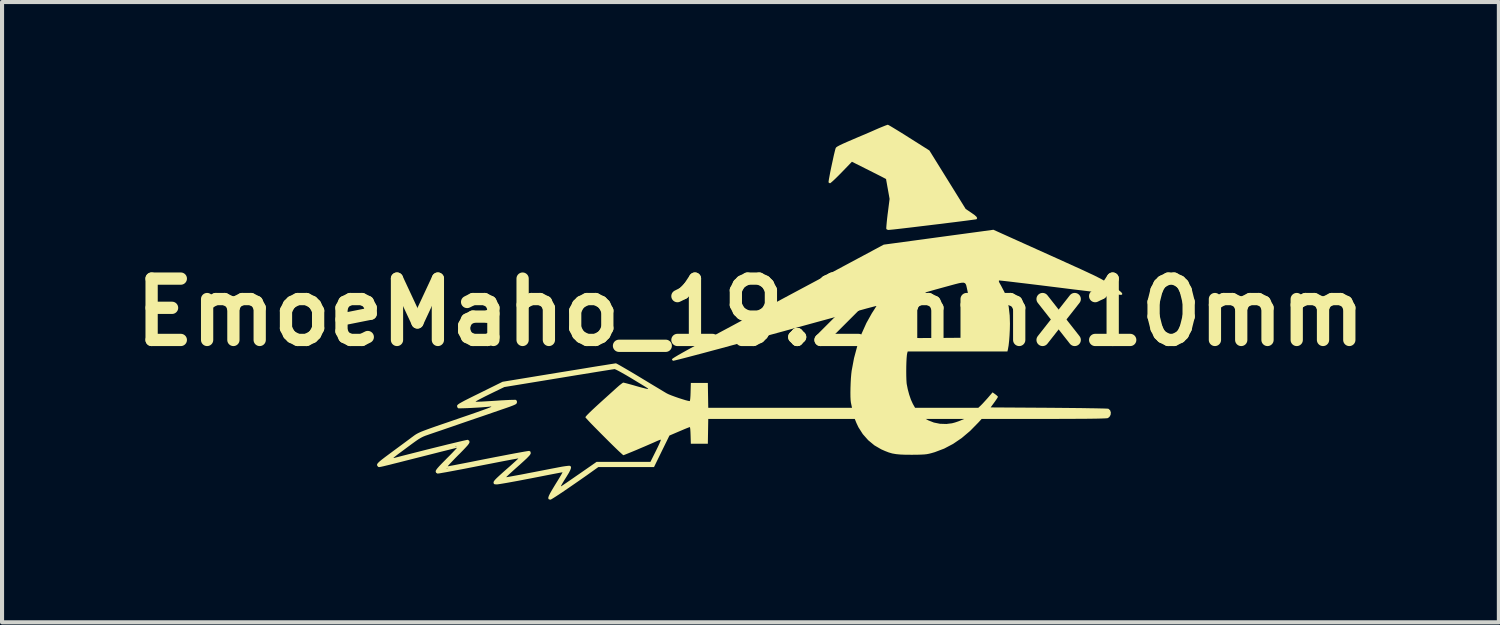
<source format=kicad_pcb>
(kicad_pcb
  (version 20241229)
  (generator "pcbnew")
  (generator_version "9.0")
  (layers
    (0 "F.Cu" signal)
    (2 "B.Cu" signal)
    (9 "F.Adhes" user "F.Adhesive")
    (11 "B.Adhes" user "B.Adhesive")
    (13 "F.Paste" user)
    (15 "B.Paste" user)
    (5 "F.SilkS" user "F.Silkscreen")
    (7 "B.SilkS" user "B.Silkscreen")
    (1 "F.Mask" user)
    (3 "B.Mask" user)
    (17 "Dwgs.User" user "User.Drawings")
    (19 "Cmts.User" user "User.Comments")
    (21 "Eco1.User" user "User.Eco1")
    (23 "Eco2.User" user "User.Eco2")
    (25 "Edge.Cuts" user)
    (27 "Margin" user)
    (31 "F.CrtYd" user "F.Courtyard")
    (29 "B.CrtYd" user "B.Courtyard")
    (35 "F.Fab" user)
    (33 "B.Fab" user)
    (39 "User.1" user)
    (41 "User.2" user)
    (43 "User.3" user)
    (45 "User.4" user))
  (footprint "EmoeMaho_19.2mmx10mm"
    (layer "F.Cu")
    (at 15.3 4.584)
    (property "Reference" "EmoeMaho_19.2mmx10mm" (at 0 0 0) (layer "F.SilkS") (effects (font (size 1.5 1.5) (thickness 0.3))))
    (attr board_only exclude_from_pos_files exclude_from_bom)
    (fp_poly (pts (xy 3.38 -4.574) (xy 3.426 -4.548) (xy 3.496 -4.506) (xy 3.585 -4.452) (xy 3.689 -4.388) (xy 3.804 -4.316) (xy 3.878 -4.269) (xy 4.375 -3.955) (xy 4.819 -3.24) (xy 5.263 -2.524) (xy 5.403 -2.43) (xy 5.48 -2.376) (xy 5.526 -2.334) (xy 5.543 -2.302) (xy 5.532 -2.278) (xy 5.525 -2.273) (xy 5.505 -2.269) (xy 5.452 -2.262) (xy 5.371 -2.251) (xy 5.266 -2.237) (xy 5.14 -2.221) (xy 4.998 -2.203) (xy 4.842 -2.184) (xy 4.678 -2.163) (xy 4.508 -2.143) (xy 4.337 -2.122) (xy 4.169 -2.102) (xy 4.006 -2.082) (xy 3.854 -2.064) (xy 3.717 -2.048) (xy 3.596 -2.034) (xy 3.498 -2.023) (xy 3.425 -2.016) (xy 3.382 -2.012) (xy 3.374 -2.011) (xy 3.337 -2.021) (xy 3.322 -2.037) (xy 3.321 -2.062) (xy 3.325 -2.118) (xy 3.332 -2.197) (xy 3.342 -2.294) (xy 3.355 -2.404) (xy 3.357 -2.416) (xy 3.402 -2.77) (xy 3.359 -3.011) (xy 3.343 -3.099) (xy 3.33 -3.174) (xy 3.32 -3.228) (xy 3.316 -3.255) (xy 3.316 -3.256) (xy 3.3 -3.265) (xy 3.256 -3.288) (xy 3.189 -3.323) (xy 3.102 -3.367) (xy 2.999 -3.419) (xy 2.898 -3.47) (xy 2.481 -3.679) (xy 2.226 -3.415) (xy 2.147 -3.335) (xy 2.076 -3.265) (xy 2.016 -3.209) (xy 1.971 -3.17) (xy 1.947 -3.153) (xy 1.945 -3.152) (xy 1.916 -3.167) (xy 1.909 -3.178) (xy 1.911 -3.201) (xy 1.919 -3.254) (xy 1.933 -3.329) (xy 1.95 -3.421) (xy 1.971 -3.524) (xy 1.994 -3.631) (xy 2.017 -3.736) (xy 2.038 -3.834) (xy 2.058 -3.917) (xy 2.074 -3.98) (xy 2.085 -4.015) (xy 2.098 -4.032) (xy 2.13 -4.054) (xy 2.184 -4.083) (xy 2.262 -4.12) (xy 2.368 -4.167) (xy 2.494 -4.221) (xy 2.61 -4.271) (xy 2.719 -4.317) (xy 2.816 -4.358) (xy 2.893 -4.391) (xy 2.946 -4.414) (xy 2.962 -4.421) (xy 3.057 -4.463) (xy 3.149 -4.503) (xy 3.232 -4.537) (xy 3.299 -4.564) (xy 3.345 -4.58) (xy 3.36 -4.584)) (stroke (width 0) (type solid)) (fill yes) (layer "F.SilkS"))
    (fp_poly (pts (xy 6.535 -1.748) (xy 6.695 -1.676) (xy 6.864 -1.6) (xy 7.036 -1.522) (xy 7.201 -1.448) (xy 7.352 -1.38) (xy 7.481 -1.322) (xy 7.528 -1.301) (xy 7.739 -1.205) (xy 7.92 -1.123) (xy 8.075 -1.053) (xy 8.206 -0.992) (xy 8.317 -0.94) (xy 8.411 -0.896) (xy 8.49 -0.856) (xy 8.559 -0.821) (xy 8.62 -0.787) (xy 8.676 -0.755) (xy 8.731 -0.721) (xy 8.788 -0.685) (xy 8.823 -0.663) (xy 8.931 -0.591) (xy 9.01 -0.535) (xy 9.062 -0.493) (xy 9.088 -0.462) (xy 9.091 -0.44) (xy 9.073 -0.425) (xy 9.07 -0.424) (xy 9.049 -0.425) (xy 8.994 -0.43) (xy 8.908 -0.439) (xy 8.795 -0.451) (xy 8.657 -0.467) (xy 8.496 -0.485) (xy 8.316 -0.507) (xy 8.119 -0.531) (xy 7.908 -0.556) (xy 7.685 -0.584) (xy 7.574 -0.598) (xy 7.347 -0.626) (xy 7.13 -0.653) (xy 6.926 -0.678) (xy 6.737 -0.701) (xy 6.567 -0.721) (xy 6.418 -0.739) (xy 6.292 -0.754) (xy 6.193 -0.765) (xy 6.124 -0.772) (xy 6.086 -0.776) (xy 6.08 -0.776) (xy 6.072 -0.763) (xy 6.083 -0.729) (xy 6.115 -0.671) (xy 6.125 -0.654) (xy 6.21 -0.492) (xy 6.273 -0.319) (xy 6.315 -0.13) (xy 6.339 0.082) (xy 6.345 0.281) (xy 6.342 0.423) (xy 6.335 0.566) (xy 6.325 0.699) (xy 6.312 0.816) (xy 6.296 0.906) (xy 6.293 0.919) (xy 6.283 0.96) (xy 5.064 0.96) (xy 3.845 0.96) (xy 3.833 1.001) (xy 3.825 1.049) (xy 3.818 1.126) (xy 3.813 1.223) (xy 3.81 1.332) (xy 3.809 1.445) (xy 3.81 1.555) (xy 3.813 1.653) (xy 3.818 1.731) (xy 3.821 1.756) (xy 3.846 1.883) (xy 3.881 2.014) (xy 3.923 2.137) (xy 3.969 2.238) (xy 3.981 2.26) (xy 4.025 2.337) (xy 4.799 2.337) (xy 5.572 2.337) (xy 5.635 2.278) (xy 5.676 2.236) (xy 5.73 2.177) (xy 5.789 2.112) (xy 5.809 2.089) (xy 5.92 1.96) (xy 5.985 2.006) (xy 6.025 2.038) (xy 6.049 2.063) (xy 6.051 2.069) (xy 6.041 2.09) (xy 6.014 2.132) (xy 5.976 2.187) (xy 5.962 2.206) (xy 5.873 2.328) (xy 7.298 2.337) (xy 7.523 2.339) (xy 7.737 2.341) (xy 7.939 2.343) (xy 8.125 2.345) (xy 8.292 2.348) (xy 8.437 2.35) (xy 8.559 2.353) (xy 8.654 2.355) (xy 8.718 2.358) (xy 8.751 2.36) (xy 8.753 2.361) (xy 8.795 2.399) (xy 8.812 2.452) (xy 8.806 2.51) (xy 8.777 2.561) (xy 8.739 2.589) (xy 8.717 2.593) (xy 8.669 2.596) (xy 8.593 2.599) (xy 8.49 2.602) (xy 8.357 2.604) (xy 8.193 2.606) (xy 7.998 2.607) (xy 7.77 2.608) (xy 7.508 2.609) (xy 7.211 2.609) (xy 7.174 2.609) (xy 5.654 2.609) (xy 5.576 2.694) (xy 5.371 2.903) (xy 5.165 3.077) (xy 4.955 3.22) (xy 4.737 3.335) (xy 4.507 3.422) (xy 4.425 3.446) (xy 4.369 3.46) (xy 4.313 3.471) (xy 4.25 3.478) (xy 4.173 3.482) (xy 4.076 3.485) (xy 3.949 3.486) (xy 3.94 3.486) (xy 3.788 3.485) (xy 3.664 3.48) (xy 3.56 3.47) (xy 3.468 3.454) (xy 3.381 3.429) (xy 3.291 3.394) (xy 3.198 3.353) (xy 3.031 3.256) (xy 2.879 3.13) (xy 2.747 2.981) (xy 2.64 2.813) (xy 2.59 2.707) (xy 2.551 2.61) (xy 4.285 2.61) (xy 4.352 2.646) (xy 4.485 2.698) (xy 4.634 2.728) (xy 4.79 2.733) (xy 4.928 2.716) (xy 5 2.697) (xy 5.08 2.67) (xy 5.124 2.653) (xy 5.227 2.61) (xy 4.756 2.61) (xy 4.285 2.61) (xy 2.551 2.61) (xy 2.55 2.609) (xy 0.759 2.609) (xy -1.032 2.609) (xy -1.037 2.912) (xy -1.042 3.216) (xy -1.25 3.216) (xy -1.458 3.216) (xy -1.464 3.012) (xy -1.467 2.931) (xy -1.471 2.865) (xy -1.477 2.822) (xy -1.482 2.808) (xy -1.502 2.815) (xy -1.55 2.833) (xy -1.618 2.861) (xy -1.7 2.896) (xy -1.738 2.912) (xy -1.981 3.016) (xy -2.17 3.401) (xy -2.358 3.786) (xy -3.039 3.786) (xy -3.719 3.786) (xy -3.848 3.878) (xy -3.999 3.986) (xy -4.148 4.09) (xy -4.292 4.19) (xy -4.427 4.283) (xy -4.551 4.368) (xy -4.66 4.441) (xy -4.751 4.501) (xy -4.822 4.546) (xy -4.87 4.575) (xy -4.89 4.584) (xy -4.924 4.577) (xy -4.934 4.572) (xy -4.943 4.554) (xy -4.942 4.527) (xy -4.928 4.487) (xy -4.9 4.43) (xy -4.856 4.352) (xy -4.794 4.249) (xy -4.766 4.203) (xy -4.71 4.113) (xy -4.662 4.034) (xy -4.625 3.971) (xy -4.602 3.929) (xy -4.595 3.913) (xy -4.595 3.913) (xy -4.614 3.917) (xy -4.665 3.926) (xy -4.744 3.941) (xy -4.848 3.961) (xy -4.972 3.985) (xy -5.114 4.013) (xy -5.268 4.043) (xy -5.359 4.061) (xy -5.523 4.092) (xy -5.678 4.122) (xy -5.821 4.148) (xy -5.947 4.171) (xy -6.053 4.189) (xy -6.133 4.202) (xy -6.183 4.209) (xy -6.196 4.21) (xy -6.247 4.209) (xy -6.271 4.2) (xy -6.281 4.178) (xy -6.282 4.167) (xy -6.28 4.149) (xy -6.268 4.126) (xy -6.243 4.095) (xy -6.202 4.053) (xy -6.141 3.996) (xy -6.059 3.922) (xy -5.979 3.851) (xy -5.891 3.774) (xy -5.813 3.704) (xy -5.749 3.646) (xy -5.703 3.604) (xy -5.679 3.58) (xy -5.676 3.575) (xy -5.695 3.578) (xy -5.745 3.587) (xy -5.825 3.601) (xy -5.93 3.621) (xy -6.058 3.645) (xy -6.206 3.674) (xy -6.369 3.706) (xy -6.545 3.74) (xy -6.648 3.76) (xy -6.831 3.796) (xy -7.004 3.83) (xy -7.164 3.86) (xy -7.307 3.887) (xy -7.43 3.91) (xy -7.529 3.927) (xy -7.602 3.94) (xy -7.644 3.945) (xy -7.653 3.946) (xy -7.687 3.925) (xy -7.697 3.897) (xy -7.695 3.878) (xy -7.681 3.851) (xy -7.653 3.814) (xy -7.653 3.814) (xy -7.428 3.814) (xy -7.419 3.823) (xy -7.41 3.814) (xy -7.419 3.805) (xy -7.428 3.814) (xy -7.653 3.814) (xy -7.608 3.763) (xy -7.543 3.695) (xy -7.455 3.606) (xy -7.434 3.584) (xy -7.355 3.505) (xy -7.286 3.434) (xy -7.232 3.377) (xy -7.194 3.337) (xy -7.178 3.317) (xy -7.177 3.315) (xy -7.197 3.32) (xy -7.248 3.332) (xy -7.327 3.352) (xy -7.431 3.378) (xy -7.557 3.409) (xy -7.701 3.446) (xy -7.859 3.486) (xy -8.029 3.529) (xy -8.056 3.536) (xy -8.27 3.59) (xy -8.452 3.636) (xy -8.604 3.675) (xy -8.729 3.706) (xy -8.83 3.732) (xy -8.91 3.751) (xy -8.971 3.766) (xy -9.016 3.776) (xy -9.047 3.782) (xy -9.068 3.786) (xy -9.082 3.787) (xy -9.09 3.786) (xy -9.096 3.783) (xy -9.102 3.781) (xy -9.102 3.781) (xy -9.125 3.756) (xy -9.131 3.728) (xy -9.125 3.71) (xy -9.106 3.685) (xy -9.07 3.65) (xy -9.014 3.604) (xy -8.958 3.561) (xy -8.728 3.561) (xy -8.726 3.566) (xy -8.705 3.562) (xy -8.51 3.511) (xy -8.313 3.461) (xy -8.116 3.411) (xy -7.924 3.362) (xy -7.739 3.316) (xy -7.627 3.288) (xy -7.211 3.288) (xy -7.201 3.297) (xy -7.192 3.288) (xy -7.201 3.279) (xy -7.211 3.288) (xy -7.627 3.288) (xy -7.564 3.273) (xy -7.404 3.233) (xy -7.261 3.199) (xy -7.137 3.169) (xy -7.038 3.146) (xy -6.965 3.13) (xy -6.922 3.121) (xy -6.912 3.12) (xy -6.879 3.141) (xy -6.869 3.169) (xy -6.872 3.188) (xy -6.885 3.214) (xy -6.912 3.251) (xy -6.957 3.301) (xy -7.021 3.369) (xy -7.107 3.457) (xy -7.141 3.49) (xy -7.221 3.571) (xy -7.29 3.643) (xy -7.346 3.702) (xy -7.384 3.744) (xy -7.401 3.766) (xy -7.401 3.768) (xy -7.38 3.765) (xy -7.328 3.755) (xy -7.246 3.74) (xy -7.139 3.719) (xy -7.009 3.694) (xy -6.86 3.665) (xy -6.696 3.632) (xy -6.519 3.597) (xy -6.416 3.577) (xy -6.233 3.541) (xy -6.059 3.508) (xy -5.899 3.477) (xy -5.756 3.45) (xy -5.633 3.428) (xy -5.534 3.41) (xy -5.461 3.398) (xy -5.419 3.392) (xy -5.41 3.391) (xy -5.38 3.408) (xy -5.372 3.444) (xy -5.377 3.464) (xy -5.393 3.491) (xy -5.425 3.527) (xy -5.474 3.577) (xy -5.544 3.642) (xy -5.638 3.727) (xy -5.675 3.76) (xy -5.762 3.837) (xy -5.839 3.907) (xy -5.902 3.964) (xy -5.947 4.007) (xy -5.97 4.03) (xy -5.973 4.034) (xy -5.954 4.032) (xy -5.905 4.024) (xy -5.828 4.01) (xy -5.73 3.992) (xy -5.614 3.971) (xy -5.485 3.946) (xy -5.452 3.939) (xy -5.304 3.911) (xy -5.154 3.882) (xy -5.01 3.854) (xy -4.878 3.828) (xy -4.767 3.807) (xy -4.69 3.792) (xy -4.598 3.775) (xy -4.517 3.763) (xy -4.455 3.756) (xy -4.419 3.755) (xy -4.414 3.756) (xy -4.392 3.773) (xy -4.387 3.805) (xy -4.403 3.854) (xy -4.438 3.924) (xy -4.492 4.013) (xy -4.552 4.108) (xy -4.593 4.176) (xy -4.619 4.222) (xy -4.632 4.247) (xy -4.633 4.257) (xy -4.631 4.257) (xy -4.615 4.248) (xy -4.572 4.219) (xy -4.508 4.176) (xy -4.425 4.119) (xy -4.328 4.052) (xy -4.22 3.977) (xy -4.193 3.959) (xy -3.763 3.66) (xy -3.105 3.66) (xy -2.446 3.66) (xy -2.31 3.388) (xy -2.266 3.298) (xy -2.23 3.221) (xy -2.205 3.162) (xy -2.192 3.125) (xy -2.192 3.116) (xy -2.219 3.123) (xy -2.264 3.141) (xy -2.287 3.151) (xy -2.37 3.188) (xy -2.467 3.23) (xy -2.572 3.276) (xy -2.681 3.322) (xy -2.788 3.368) (xy -2.887 3.409) (xy -2.975 3.445) (xy -3.044 3.473) (xy -3.09 3.491) (xy -3.107 3.497) (xy -3.124 3.484) (xy -3.163 3.449) (xy -3.221 3.396) (xy -3.293 3.327) (xy -3.376 3.246) (xy -3.466 3.157) (xy -3.56 3.063) (xy -3.655 2.968) (xy -3.747 2.875) (xy -3.832 2.789) (xy -3.907 2.712) (xy -3.967 2.648) (xy -4.011 2.6) (xy -4.034 2.573) (xy -4.036 2.569) (xy -4.027 2.552) (xy -3.997 2.517) (xy -3.945 2.464) (xy -3.869 2.391) (xy -3.769 2.298) (xy -3.643 2.183) (xy -3.491 2.046) (xy -3.46 2.018) (xy -3.418 1.98) (xy -3.359 1.927) (xy -3.294 1.868) (xy -3.264 1.841) (xy -3.206 1.79) (xy -3.155 1.75) (xy -3.121 1.726) (xy -3.11 1.721) (xy -3.086 1.726) (xy -3.033 1.739) (xy -2.959 1.759) (xy -2.868 1.784) (xy -2.801 1.804) (xy -2.705 1.831) (xy -2.621 1.853) (xy -2.556 1.869) (xy -2.516 1.877) (xy -2.505 1.877) (xy -2.503 1.874) (xy -2.504 1.87) (xy -2.511 1.863) (xy -2.529 1.85) (xy -2.56 1.83) (xy -2.607 1.801) (xy -2.674 1.76) (xy -2.765 1.705) (xy -2.882 1.634) (xy -2.935 1.602) (xy -3.038 1.541) (xy -3.133 1.487) (xy -3.214 1.442) (xy -3.276 1.41) (xy -3.315 1.393) (xy -3.324 1.391) (xy -3.348 1.395) (xy -3.404 1.403) (xy -3.49 1.417) (xy -3.604 1.435) (xy -3.741 1.457) (xy -3.9 1.483) (xy -4.078 1.512) (xy -4.271 1.543) (xy -4.477 1.577) (xy -4.689 1.612) (xy -6.018 1.83) (xy -6.381 2.006) (xy -6.484 2.057) (xy -6.574 2.103) (xy -6.646 2.141) (xy -6.697 2.169) (xy -6.721 2.186) (xy -6.722 2.189) (xy -6.698 2.19) (xy -6.644 2.188) (xy -6.563 2.185) (xy -6.462 2.179) (xy -6.344 2.172) (xy -6.232 2.165) (xy -6.104 2.156) (xy -5.987 2.15) (xy -5.887 2.145) (xy -5.807 2.143) (xy -5.755 2.142) (xy -5.734 2.144) (xy -5.711 2.171) (xy -5.71 2.205) (xy -5.713 2.221) (xy -5.722 2.235) (xy -5.74 2.25) (xy -5.771 2.266) (xy -5.819 2.286) (xy -5.89 2.313) (xy -5.985 2.346) (xy -6.111 2.389) (xy -6.133 2.397) (xy -6.259 2.44) (xy -6.411 2.493) (xy -6.58 2.551) (xy -6.757 2.611) (xy -6.932 2.671) (xy -7.098 2.728) (xy -7.129 2.739) (xy -7.276 2.79) (xy -7.42 2.839) (xy -7.556 2.886) (xy -7.678 2.927) (xy -7.78 2.962) (xy -7.856 2.988) (xy -7.884 2.998) (xy -7.947 3.02) (xy -8.003 3.043) (xy -8.056 3.07) (xy -8.115 3.105) (xy -8.184 3.152) (xy -8.27 3.214) (xy -8.362 3.282) (xy -8.455 3.351) (xy -8.541 3.415) (xy -8.614 3.469) (xy -8.668 3.511) (xy -8.7 3.536) (xy -8.703 3.538) (xy -8.728 3.561) (xy -8.958 3.561) (xy -8.936 3.544) (xy -8.831 3.466) (xy -8.8 3.443) (xy -8.692 3.363) (xy -8.581 3.281) (xy -8.475 3.203) (xy -8.382 3.134) (xy -8.309 3.08) (xy -8.298 3.071) (xy -8.261 3.044) (xy -8.229 3.02) (xy -8.199 2.999) (xy -8.169 2.98) (xy -8.134 2.961) (xy -8.093 2.941) (xy -8.043 2.919) (xy -7.979 2.894) (xy -7.901 2.865) (xy -7.804 2.83) (xy -7.685 2.788) (xy -7.542 2.739) (xy -7.372 2.681) (xy -7.172 2.612) (xy -7.089 2.583) (xy -6.895 2.517) (xy -6.734 2.461) (xy -6.604 2.415) (xy -6.501 2.378) (xy -6.425 2.35) (xy -6.374 2.33) (xy -6.344 2.316) (xy -6.335 2.308) (xy -6.344 2.306) (xy -6.37 2.308) (xy -6.377 2.309) (xy -6.431 2.315) (xy -6.508 2.321) (xy -6.601 2.328) (xy -6.704 2.334) (xy -6.81 2.34) (xy -6.912 2.345) (xy -7.003 2.348) (xy -7.077 2.35) (xy -7.128 2.351) (xy -7.147 2.349) (xy -7.168 2.324) (xy -7.174 2.294) (xy -7.172 2.281) (xy -7.162 2.267) (xy -7.142 2.249) (xy -7.109 2.227) (xy -7.059 2.199) (xy -6.989 2.161) (xy -6.896 2.114) (xy -6.778 2.055) (xy -6.629 1.982) (xy -6.617 1.976) (xy -6.061 1.701) (xy -4.687 1.475) (xy -4.469 1.44) (xy -4.26 1.406) (xy -4.064 1.374) (xy -3.884 1.344) (xy -3.723 1.318) (xy -3.582 1.296) (xy -3.466 1.277) (xy -3.377 1.263) (xy -3.318 1.254) (xy -3.291 1.25) (xy -3.29 1.25) (xy -3.269 1.259) (xy -3.221 1.285) (xy -3.149 1.326) (xy -3.058 1.379) (xy -2.95 1.442) (xy -2.829 1.514) (xy -2.706 1.588) (xy -2.572 1.669) (xy -2.445 1.746) (xy -2.327 1.817) (xy -2.223 1.879) (xy -2.139 1.93) (xy -2.077 1.967) (xy -2.046 1.985) (xy -2.001 2.007) (xy -1.932 2.035) (xy -1.848 2.066) (xy -1.757 2.098) (xy -1.666 2.127) (xy -1.585 2.152) (xy -1.522 2.168) (xy -1.484 2.174) (xy -1.478 2.157) (xy -1.472 2.111) (xy -1.467 2.042) (xy -1.464 1.958) (xy -1.464 1.952) (xy -1.458 1.73) (xy -1.25 1.73) (xy -1.042 1.73) (xy -1.037 2.034) (xy -1.032 2.337) (xy 0.725 2.337) (xy 2.483 2.337) (xy 2.474 2.296) (xy 2.464 2.247) (xy 2.455 2.204) (xy 2.449 2.149) (xy 2.445 2.067) (xy 2.444 1.964) (xy 2.446 1.849) (xy 2.45 1.731) (xy 2.456 1.616) (xy 2.465 1.512) (xy 2.474 1.435) (xy 2.532 1.125) (xy 2.613 0.823) (xy 2.69 0.603) (xy 3.895 0.603) (xy 3.897 0.611) (xy 3.905 0.618) (xy 3.922 0.623) (xy 3.952 0.627) (xy 3.999 0.629) (xy 4.065 0.631) (xy 4.155 0.632) (xy 4.272 0.631) (xy 4.419 0.631) (xy 4.542 0.63) (xy 5.188 0.625) (xy 5.202 0.571) (xy 5.219 0.497) (xy 5.237 0.396) (xy 5.257 0.277) (xy 5.277 0.151) (xy 5.294 0.025) (xy 5.308 -0.09) (xy 5.318 -0.185) (xy 5.32 -0.219) (xy 5.324 -0.332) (xy 5.321 -0.424) (xy 5.309 -0.51) (xy 5.301 -0.547) (xy 5.288 -0.607) (xy 5.277 -0.655) (xy 5.263 -0.689) (xy 5.243 -0.711) (xy 5.212 -0.722) (xy 5.167 -0.721) (xy 5.102 -0.71) (xy 5.014 -0.688) (xy 4.9 -0.657) (xy 4.757 -0.618) (xy 4.633 -0.584) (xy 4.521 -0.553) (xy 4.426 -0.526) (xy 4.352 -0.505) (xy 4.304 -0.491) (xy 4.286 -0.485) (xy 4.286 -0.485) (xy 4.276 -0.468) (xy 4.252 -0.431) (xy 4.238 -0.408) (xy 4.189 -0.319) (xy 4.137 -0.208) (xy 4.085 -0.08) (xy 4.034 0.056) (xy 3.988 0.194) (xy 3.949 0.326) (xy 3.919 0.446) (xy 3.9 0.545) (xy 3.895 0.603) (xy 2.69 0.603) (xy 2.714 0.533) (xy 2.835 0.264) (xy 2.971 0.021) (xy 2.991 -0.009) (xy 3.03 -0.07) (xy 3.061 -0.119) (xy 3.078 -0.147) (xy 3.08 -0.152) (xy 3.079 -0.152) (xy 3.075 -0.152) (xy 3.066 -0.15) (xy 3.052 -0.147) (xy 3.03 -0.141) (xy 2.998 -0.133) (xy 2.957 -0.122) (xy 2.903 -0.108) (xy 2.835 -0.09) (xy 2.753 -0.067) (xy 2.654 -0.04) (xy 2.536 -0.008) (xy 2.399 0.029) (xy 2.241 0.072) (xy 2.06 0.122) (xy 1.855 0.178) (xy 1.624 0.241) (xy 1.366 0.312) (xy 1.079 0.391) (xy 0.762 0.478) (xy 0.413 0.573) (xy 0.031 0.678) (xy -0.005 0.688) (xy -0.258 0.757) (xy -0.501 0.823) (xy -0.732 0.886) (xy -0.949 0.944) (xy -1.149 0.998) (xy -1.331 1.046) (xy -1.491 1.088) (xy -1.628 1.124) (xy -1.739 1.152) (xy -1.822 1.173) (xy -1.875 1.185) (xy -1.895 1.188) (xy -1.916 1.164) (xy -1.917 1.146) (xy -1.899 1.131) (xy -1.85 1.099) (xy -1.768 1.05) (xy -1.654 0.985) (xy -1.508 0.904) (xy -1.33 0.807) (xy -1.121 0.693) (xy -0.879 0.563) (xy -0.715 0.475) (xy -0.498 0.359) (xy -0.255 0.228) (xy 0.009 0.087) (xy 0.287 -0.062) (xy 0.574 -0.215) (xy 0.863 -0.37) (xy 1.149 -0.523) (xy 1.426 -0.671) (xy 1.688 -0.811) (xy 1.87 -0.908) (xy 3.259 -1.652) (xy 4.379 -1.804) (xy 4.584 -1.832) (xy 4.784 -1.859) (xy 4.975 -1.885) (xy 5.154 -1.909) (xy 5.316 -1.931) (xy 5.457 -1.95) (xy 5.575 -1.966) (xy 5.664 -1.978) (xy 5.72 -1.986) (xy 5.941 -2.016)) (stroke (width 0) (type solid)) (fill yes) (layer "F.SilkS")))
  (gr_rect
    (start -3 -3)
    (end 33.6 12.167)
    (stroke (width 0.1) (type default))
    (fill no)
    (layer "Edge.Cuts")))
</source>
